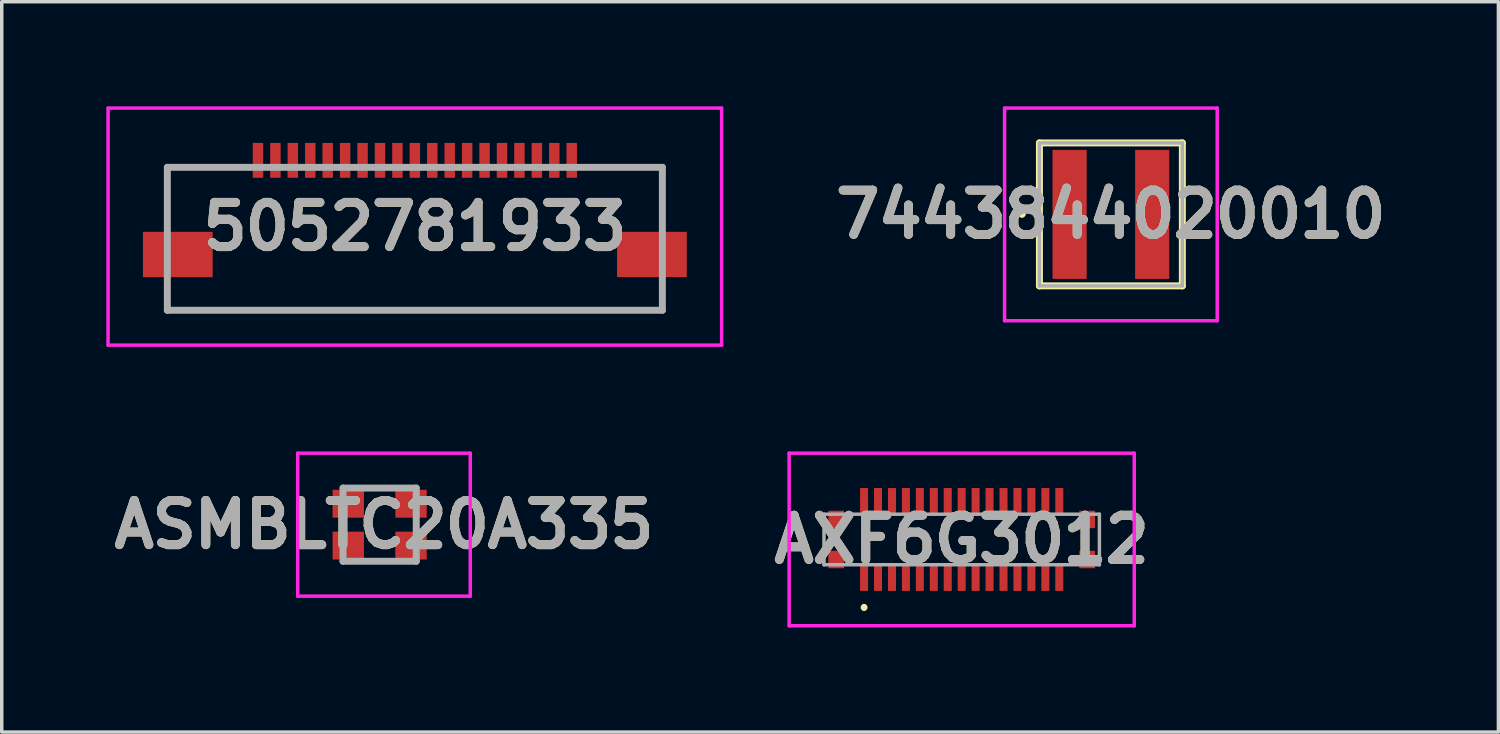
<source format=kicad_pcb>
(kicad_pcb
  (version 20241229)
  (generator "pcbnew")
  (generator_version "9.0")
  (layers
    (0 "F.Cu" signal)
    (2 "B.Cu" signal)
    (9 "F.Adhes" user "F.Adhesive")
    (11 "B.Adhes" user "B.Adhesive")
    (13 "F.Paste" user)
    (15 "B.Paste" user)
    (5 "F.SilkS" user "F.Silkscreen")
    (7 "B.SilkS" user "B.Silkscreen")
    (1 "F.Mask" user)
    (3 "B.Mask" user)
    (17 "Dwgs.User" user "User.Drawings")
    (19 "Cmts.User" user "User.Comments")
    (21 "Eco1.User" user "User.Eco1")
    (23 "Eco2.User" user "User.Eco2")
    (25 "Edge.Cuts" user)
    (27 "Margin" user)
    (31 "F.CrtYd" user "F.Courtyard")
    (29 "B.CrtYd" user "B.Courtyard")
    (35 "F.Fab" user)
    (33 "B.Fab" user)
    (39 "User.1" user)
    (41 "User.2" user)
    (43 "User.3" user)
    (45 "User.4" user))
  (footprint "ASMBLTC20A335"
    (layer "F.Cu")
    (at 7.84 12)
    (property "Reference" "ASMBLTC20A335" (at 0.125 0 0) (layer "F.SilkS") (effects (font (size 1.27 1.27) (thickness 0.254))))
    (attr smd)
    (fp_line (start -0.2 -1.05) (end 0.2 -1.05) (stroke (width 0.1) (type solid)) (layer "F.SilkS"))
    (fp_line (start -0.2 1.05) (end 0.2 1.05) (stroke (width 0.1) (type solid)) (layer "F.SilkS"))
    (fp_line (start 1.5 0.6) (end 1.5 0.6) (stroke (width 0.1) (type solid)) (layer "F.SilkS"))
    (fp_line (start 1.6 0.6) (end 1.6 0.6) (stroke (width 0.1) (type solid)) (layer "F.SilkS"))
    (fp_arc (start 1.5 0.6) (mid 1.55 0.55) (end 1.6 0.6) (stroke (width 0.1) (type solid)) (layer "F.SilkS"))
    (fp_arc (start 1.6 0.6) (mid 1.55 0.65) (end 1.5 0.6) (stroke (width 0.1) (type solid)) (layer "F.SilkS"))
    (fp_line (start -2.35 -2.05) (end 2.6 -2.05) (stroke (width 0.1) (type solid)) (layer "F.CrtYd"))
    (fp_line (start -2.35 2.05) (end -2.35 -2.05) (stroke (width 0.1) (type solid)) (layer "F.CrtYd"))
    (fp_line (start 2.6 -2.05) (end 2.6 2.05) (stroke (width 0.1) (type solid)) (layer "F.CrtYd"))
    (fp_line (start 2.6 2.05) (end -2.35 2.05) (stroke (width 0.1) (type solid)) (layer "F.CrtYd"))
    (fp_line (start -1.05 -1.05) (end 1.05 -1.05) (stroke (width 0.2) (type solid)) (layer "F.Fab"))
    (fp_line (start -1.05 1.05) (end -1.05 -1.05) (stroke (width 0.2) (type solid)) (layer "F.Fab"))
    (fp_line (start 1.05 -1.05) (end 1.05 1.05) (stroke (width 0.2) (type solid)) (layer "F.Fab"))
    (fp_line (start 1.05 1.05) (end -1.05 1.05) (stroke (width 0.2) (type solid)) (layer "F.Fab"))
    (fp_text user "${REFERENCE}" (at 0.125 0 0) (layer "F.Fab") (effects (font (size 1.27 1.27) (thickness 0.254))))
    (pad "1" smd rect (at 0.9 0.6 90) (size 0.8 0.9) (layers "F.Cu" "F.Mask" "F.Paste"))
    (pad "2" smd rect (at 0.9 -0.6 90) (size 0.8 0.9) (layers "F.Cu" "F.Mask" "F.Paste"))
    (pad "3" smd rect (at -0.9 -0.6 90) (size 0.8 0.9) (layers "F.Cu" "F.Mask" "F.Paste"))
    (pad "4" smd rect (at -0.9 0.6 90) (size 0.8 0.9) (layers "F.Cu" "F.Mask" "F.Paste")))
  (footprint "5052781933"
    (layer "F.Cu")
    (at 8.85 3.7)
    (property "Reference" "5052781933" (at 0 -0.25 0) (layer "F.SilkS") (effects (font (size 1.27 1.27) (thickness 0.254))))
    (attr smd)
    (fp_line (start -7.1 -1.95) (end -5.5 -1.95) (stroke (width 0.1) (type solid)) (layer "F.SilkS"))
    (fp_line (start -7.1 -0.45) (end -7.1 -1.95) (stroke (width 0.1) (type solid)) (layer "F.SilkS"))
    (fp_line (start -7.1 2.15) (end -7.1 1.55) (stroke (width 0.1) (type solid)) (layer "F.SilkS"))
    (fp_line (start 5.5 -1.95) (end 7.1 -1.95) (stroke (width 0.1) (type solid)) (layer "F.SilkS"))
    (fp_line (start 7.1 -1.95) (end 7.1 -0.45) (stroke (width 0.1) (type solid)) (layer "F.SilkS"))
    (fp_line (start 7.1 1.55) (end 7.1 2.15) (stroke (width 0.1) (type solid)) (layer "F.SilkS"))
    (fp_line (start 7.1 2.15) (end -7.1 2.15) (stroke (width 0.1) (type solid)) (layer "F.SilkS"))
    (fp_line (start -8.8 -3.65) (end 8.8 -3.65) (stroke (width 0.1) (type solid)) (layer "F.CrtYd"))
    (fp_line (start -8.8 3.15) (end -8.8 -3.65) (stroke (width 0.1) (type solid)) (layer "F.CrtYd"))
    (fp_line (start 8.8 -3.65) (end 8.8 3.15) (stroke (width 0.1) (type solid)) (layer "F.CrtYd"))
    (fp_line (start 8.8 3.15) (end -8.8 3.15) (stroke (width 0.1) (type solid)) (layer "F.CrtYd"))
    (fp_line (start -7.1 -1.95) (end 7.1 -1.95) (stroke (width 0.2) (type solid)) (layer "F.Fab"))
    (fp_line (start -7.1 2.15) (end -7.1 -1.95) (stroke (width 0.2) (type solid)) (layer "F.Fab"))
    (fp_line (start 7.1 -1.95) (end 7.1 2.15) (stroke (width 0.2) (type solid)) (layer "F.Fab"))
    (fp_line (start 7.1 2.15) (end -7.1 2.15) (stroke (width 0.2) (type solid)) (layer "F.Fab"))
    (fp_text user "${REFERENCE}" (at 0 -0.25 0) (layer "F.Fab") (effects (font (size 1.27 1.27) (thickness 0.254))))
    (pad "1" smd rect (at -4.5 -2.15) (size 0.3 1) (layers "F.Cu" "F.Mask" "F.Paste"))
    (pad "2" smd rect (at -4 -2.15) (size 0.3 1) (layers "F.Cu" "F.Mask" "F.Paste"))
    (pad "3" smd rect (at -3.5 -2.15) (size 0.3 1) (layers "F.Cu" "F.Mask" "F.Paste"))
    (pad "4" smd rect (at -3 -2.15) (size 0.3 1) (layers "F.Cu" "F.Mask" "F.Paste"))
    (pad "5" smd rect (at -2.5 -2.15) (size 0.3 1) (layers "F.Cu" "F.Mask" "F.Paste"))
    (pad "6" smd rect (at -2 -2.15) (size 0.3 1) (layers "F.Cu" "F.Mask" "F.Paste"))
    (pad "7" smd rect (at -1.5 -2.15) (size 0.3 1) (layers "F.Cu" "F.Mask" "F.Paste"))
    (pad "8" smd rect (at -1 -2.15) (size 0.3 1) (layers "F.Cu" "F.Mask" "F.Paste"))
    (pad "9" smd rect (at -0.5 -2.15) (size 0.3 1) (layers "F.Cu" "F.Mask" "F.Paste"))
    (pad "10" smd rect (at 0 -2.15) (size 0.3 1) (layers "F.Cu" "F.Mask" "F.Paste"))
    (pad "11" smd rect (at 0.5 -2.15) (size 0.3 1) (layers "F.Cu" "F.Mask" "F.Paste"))
    (pad "12" smd rect (at 1 -2.15) (size 0.3 1) (layers "F.Cu" "F.Mask" "F.Paste"))
    (pad "13" smd rect (at 1.5 -2.15) (size 0.3 1) (layers "F.Cu" "F.Mask" "F.Paste"))
    (pad "14" smd rect (at 2 -2.15) (size 0.3 1) (layers "F.Cu" "F.Mask" "F.Paste"))
    (pad "15" smd rect (at 2.5 -2.15) (size 0.3 1) (layers "F.Cu" "F.Mask" "F.Paste"))
    (pad "16" smd rect (at 3 -2.15) (size 0.3 1) (layers "F.Cu" "F.Mask" "F.Paste"))
    (pad "17" smd rect (at 3.5 -2.15) (size 0.3 1) (layers "F.Cu" "F.Mask" "F.Paste"))
    (pad "18" smd rect (at 4 -2.15) (size 0.3 1) (layers "F.Cu" "F.Mask" "F.Paste"))
    (pad "19" smd rect (at 4.5 -2.15) (size 0.3 1) (layers "F.Cu" "F.Mask" "F.Paste"))
    (pad "MP1" smd rect (at -6.8 0.55 90) (size 1.3 2) (layers "F.Cu" "F.Mask" "F.Paste"))
    (pad "MP2" smd rect (at 6.8 0.55 90) (size 1.3 2) (layers "F.Cu" "F.Mask" "F.Paste")))
  (footprint "AXF6G3012"
    (layer "F.Cu")
    (at 24.536 12.425)
    (property "Reference" "AXF6G3012" (at 0 0 0) (layer "F.SilkS") (effects (font (size 1.27 1.27) (thickness 0.254))))
    (attr smd)
    (fp_line (start -2.8 1.9) (end -2.8 1.9) (stroke (width 0.1) (type solid)) (layer "F.SilkS"))
    (fp_line (start -2.8 2) (end -2.8 2) (stroke (width 0.1) (type solid)) (layer "F.SilkS"))
    (fp_arc (start -2.8 1.9) (mid -2.75 1.95) (end -2.8 2) (stroke (width 0.1) (type solid)) (layer "F.SilkS"))
    (fp_arc (start -2.8 2) (mid -2.85 1.95) (end -2.8 1.9) (stroke (width 0.1) (type solid)) (layer "F.SilkS"))
    (fp_line (start -4.95 -2.475) (end 4.95 -2.475) (stroke (width 0.1) (type solid)) (layer "F.CrtYd"))
    (fp_line (start -4.95 2.475) (end -4.95 -2.475) (stroke (width 0.1) (type solid)) (layer "F.CrtYd"))
    (fp_line (start 4.95 -2.475) (end 4.95 2.475) (stroke (width 0.1) (type solid)) (layer "F.CrtYd"))
    (fp_line (start 4.95 2.475) (end -4.95 2.475) (stroke (width 0.1) (type solid)) (layer "F.CrtYd"))
    (fp_line (start -3.95 -0.725) (end 3.95 -0.725) (stroke (width 0.1) (type solid)) (layer "F.Fab"))
    (fp_line (start -3.95 0.725) (end -3.95 -0.725) (stroke (width 0.1) (type solid)) (layer "F.Fab"))
    (fp_line (start 3.95 -0.725) (end 3.95 0.725) (stroke (width 0.1) (type solid)) (layer "F.Fab"))
    (fp_line (start 3.95 0.725) (end -3.95 0.725) (stroke (width 0.1) (type solid)) (layer "F.Fab"))
    (fp_text user "${REFERENCE}" (at 0 0 0) (layer "F.Fab") (effects (font (size 1.27 1.27) (thickness 0.254))))
    (pad "1" smd rect (at -2.8 1.1) (size 0.23 0.75) (layers "F.Cu" "F.Mask" "F.Paste"))
    (pad "2" smd rect (at -2.8 -1.1) (size 0.23 0.75) (layers "F.Cu" "F.Mask" "F.Paste"))
    (pad "3" smd rect (at -2.4 1.1) (size 0.23 0.75) (layers "F.Cu" "F.Mask" "F.Paste"))
    (pad "4" smd rect (at -2.4 -1.1) (size 0.23 0.75) (layers "F.Cu" "F.Mask" "F.Paste"))
    (pad "5" smd rect (at -2 1.1) (size 0.23 0.75) (layers "F.Cu" "F.Mask" "F.Paste"))
    (pad "6" smd rect (at -2 -1.1) (size 0.23 0.75) (layers "F.Cu" "F.Mask" "F.Paste"))
    (pad "7" smd rect (at -1.6 1.1) (size 0.23 0.75) (layers "F.Cu" "F.Mask" "F.Paste"))
    (pad "8" smd rect (at -1.6 -1.1) (size 0.23 0.75) (layers "F.Cu" "F.Mask" "F.Paste"))
    (pad "9" smd rect (at -1.2 1.1) (size 0.23 0.75) (layers "F.Cu" "F.Mask" "F.Paste"))
    (pad "10" smd rect (at -1.2 -1.1) (size 0.23 0.75) (layers "F.Cu" "F.Mask" "F.Paste"))
    (pad "11" smd rect (at -0.8 1.1) (size 0.23 0.75) (layers "F.Cu" "F.Mask" "F.Paste"))
    (pad "12" smd rect (at -0.8 -1.1) (size 0.23 0.75) (layers "F.Cu" "F.Mask" "F.Paste"))
    (pad "13" smd rect (at -0.4 1.1) (size 0.23 0.75) (layers "F.Cu" "F.Mask" "F.Paste"))
    (pad "14" smd rect (at -0.4 -1.1) (size 0.23 0.75) (layers "F.Cu" "F.Mask" "F.Paste"))
    (pad "15" smd rect (at 0 1.1) (size 0.23 0.75) (layers "F.Cu" "F.Mask" "F.Paste"))
    (pad "16" smd rect (at 0 -1.1) (size 0.23 0.75) (layers "F.Cu" "F.Mask" "F.Paste"))
    (pad "17" smd rect (at 0.4 1.1) (size 0.23 0.75) (layers "F.Cu" "F.Mask" "F.Paste"))
    (pad "18" smd rect (at 0.4 -1.1) (size 0.23 0.75) (layers "F.Cu" "F.Mask" "F.Paste"))
    (pad "19" smd rect (at 0.8 1.1) (size 0.23 0.75) (layers "F.Cu" "F.Mask" "F.Paste"))
    (pad "20" smd rect (at 0.8 -1.1) (size 0.23 0.75) (layers "F.Cu" "F.Mask" "F.Paste"))
    (pad "21" smd rect (at 1.2 1.1) (size 0.23 0.75) (layers "F.Cu" "F.Mask" "F.Paste"))
    (pad "22" smd rect (at 1.2 -1.1) (size 0.23 0.75) (layers "F.Cu" "F.Mask" "F.Paste"))
    (pad "23" smd rect (at 1.6 1.1) (size 0.23 0.75) (layers "F.Cu" "F.Mask" "F.Paste"))
    (pad "24" smd rect (at 1.6 -1.1) (size 0.23 0.75) (layers "F.Cu" "F.Mask" "F.Paste"))
    (pad "25" smd rect (at 2 1.1) (size 0.23 0.75) (layers "F.Cu" "F.Mask" "F.Paste"))
    (pad "26" smd rect (at 2 -1.1) (size 0.23 0.75) (layers "F.Cu" "F.Mask" "F.Paste"))
    (pad "27" smd rect (at 2.4 1.1) (size 0.23 0.75) (layers "F.Cu" "F.Mask" "F.Paste"))
    (pad "28" smd rect (at 2.4 -1.1) (size 0.23 0.75) (layers "F.Cu" "F.Mask" "F.Paste"))
    (pad "29" smd rect (at 2.8 1.1) (size 0.23 0.75) (layers "F.Cu" "F.Mask" "F.Paste"))
    (pad "30" smd rect (at 2.8 -1.1) (size 0.23 0.75) (layers "F.Cu" "F.Mask" "F.Paste"))
    (pad "MP1" smd rect (at -3.6 0.575) (size 0.45 0.5) (layers "F.Cu" "F.Mask" "F.Paste"))
    (pad "MP2" smd rect (at -3.6 -0.575) (size 0.45 0.5) (layers "F.Cu" "F.Mask" "F.Paste"))
    (pad "MP3" smd rect (at 3.6 0.575) (size 0.45 0.5) (layers "F.Cu" "F.Mask" "F.Paste"))
    (pad "MP4" smd rect (at 3.6 -0.575) (size 0.45 0.5) (layers "F.Cu" "F.Mask" "F.Paste")))
  (footprint "7443844020010"
    (layer "F.Cu")
    (at 28.816 3.1)
    (property "Reference" "7443844020010" (at 0 0 0) (layer "F.SilkS") (effects (font (size 1.27 1.27) (thickness 0.254))))
    (attr smd)
    (fp_line (start -2.6 0) (end -2.6 0) (stroke (width 0.1) (type solid)) (layer "F.SilkS"))
    (fp_line (start -2.5 0) (end -2.5 0) (stroke (width 0.1) (type solid)) (layer "F.SilkS"))
    (fp_line (start -2.05 -2.05) (end -2.05 2.05) (stroke (width 0.2) (type solid)) (layer "F.SilkS"))
    (fp_line (start -2.05 2.05) (end 2.05 2.05) (stroke (width 0.2) (type solid)) (layer "F.SilkS"))
    (fp_line (start 2.05 -2.05) (end -2.05 -2.05) (stroke (width 0.2) (type solid)) (layer "F.SilkS"))
    (fp_line (start 2.05 2.05) (end 2.05 -2.05) (stroke (width 0.2) (type solid)) (layer "F.SilkS"))
    (fp_arc (start -2.6 0) (mid -2.55 -0.05) (end -2.5 0) (stroke (width 0.1) (type solid)) (layer "F.SilkS"))
    (fp_arc (start -2.5 0) (mid -2.55 0.05) (end -2.6 0) (stroke (width 0.1) (type solid)) (layer "F.SilkS"))
    (fp_line (start -3.05 -3.05) (end 3.05 -3.05) (stroke (width 0.1) (type solid)) (layer "F.CrtYd"))
    (fp_line (start -3.05 3.05) (end -3.05 -3.05) (stroke (width 0.1) (type solid)) (layer "F.CrtYd"))
    (fp_line (start 3.05 -3.05) (end 3.05 3.05) (stroke (width 0.1) (type solid)) (layer "F.CrtYd"))
    (fp_line (start 3.05 3.05) (end -3.05 3.05) (stroke (width 0.1) (type solid)) (layer "F.CrtYd"))
    (fp_line (start -2.05 -2.05) (end -2.05 2.05) (stroke (width 0.1) (type solid)) (layer "F.Fab"))
    (fp_line (start -2.05 2.05) (end 2.05 2.05) (stroke (width 0.1) (type solid)) (layer "F.Fab"))
    (fp_line (start 2.05 -2.05) (end -2.05 -2.05) (stroke (width 0.1) (type solid)) (layer "F.Fab"))
    (fp_line (start 2.05 2.05) (end 2.05 -2.05) (stroke (width 0.1) (type solid)) (layer "F.Fab"))
    (fp_text user "${REFERENCE}" (at 0 0 0) (layer "F.Fab") (effects (font (size 1.27 1.27) (thickness 0.254))))
    (pad "1" smd rect (at -1.185 0) (size 0.98 3.7) (layers "F.Cu" "F.Mask" "F.Paste"))
    (pad "2" smd rect (at 1.185 0) (size 0.98 3.7) (layers "F.Cu" "F.Mask" "F.Paste")))
  (gr_rect
    (start -3 -3)
    (end 39.932 17.95)
    (stroke (width 0.1) (type default))
    (fill no)
    (layer "Edge.Cuts")))
</source>
